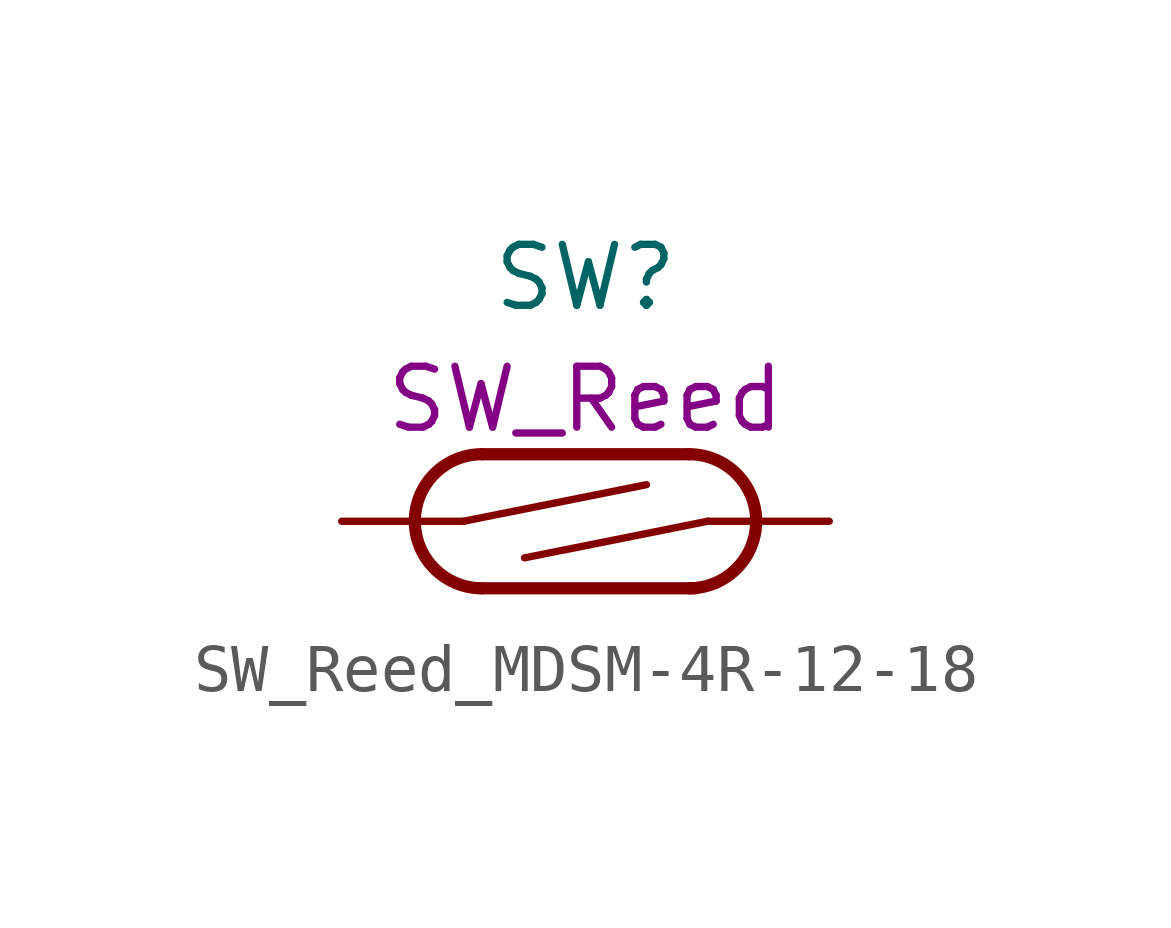
<source format=kicad_sym>
(kicad_symbol_lib
  (version 20231120)
  (generator "kicad_symbol_editor")
  (generator_version "8.0")
  (symbol "SW_Reed_MDSM-4R-12-18"
    (pin_numbers hide)
    (pin_names
      (offset 0) hide)
    (property "Reference" "SW"
      (at 0 5.08 0)
      (effects (font (size 1.27 1.27))))
    (property "UserValue" "SW_Reed"
      (at 0 2.54 0)
      (effects (font (size 1.27 1.27))))
    (symbol "SW_Reed_MDSM-4R-12-18_0_0"
      (arc (start -2.159 1.397) (mid -3.55 0) (end -2.159 -1.397) (stroke (width 0.254) (type default)) (fill (type none)))
      (polyline (pts (xy -2.54 0) (xy 1.27 0.762)) (stroke (width 0) (type default)) (fill (type none)))
      (polyline (pts (xy -2.159 -1.397) (xy 2.286 -1.397)) (stroke (width 0.254) (type default)) (fill (type none)))
      (polyline (pts (xy 2.159 1.397) (xy -2.159 1.397)) (stroke (width 0.254) (type default)) (fill (type none)))
      (polyline (pts (xy 2.54 0) (xy -1.27 -0.762)) (stroke (width 0) (type default)) (fill (type none)))
      (arc (start 2.159 -1.397) (mid 3.55 0) (end 2.159 1.397) (stroke (width 0.254) (type default)) (fill (type none))))
    (symbol "SW_Reed_MDSM-4R-12-18_1_1"
      (pin passive line (at -5.08 0 0) (length 2.54) (name "1" (effects (font (size 1.27 1.27)))) (number "1" (effects (font (size 1.27 1.27)))))
      (pin passive line (at 5.08 0 180) (length 2.54) (name "2" (effects (font (size 1.27 1.27)))) (number "2" (effects (font (size 1.27 1.27))))))))
</source>
